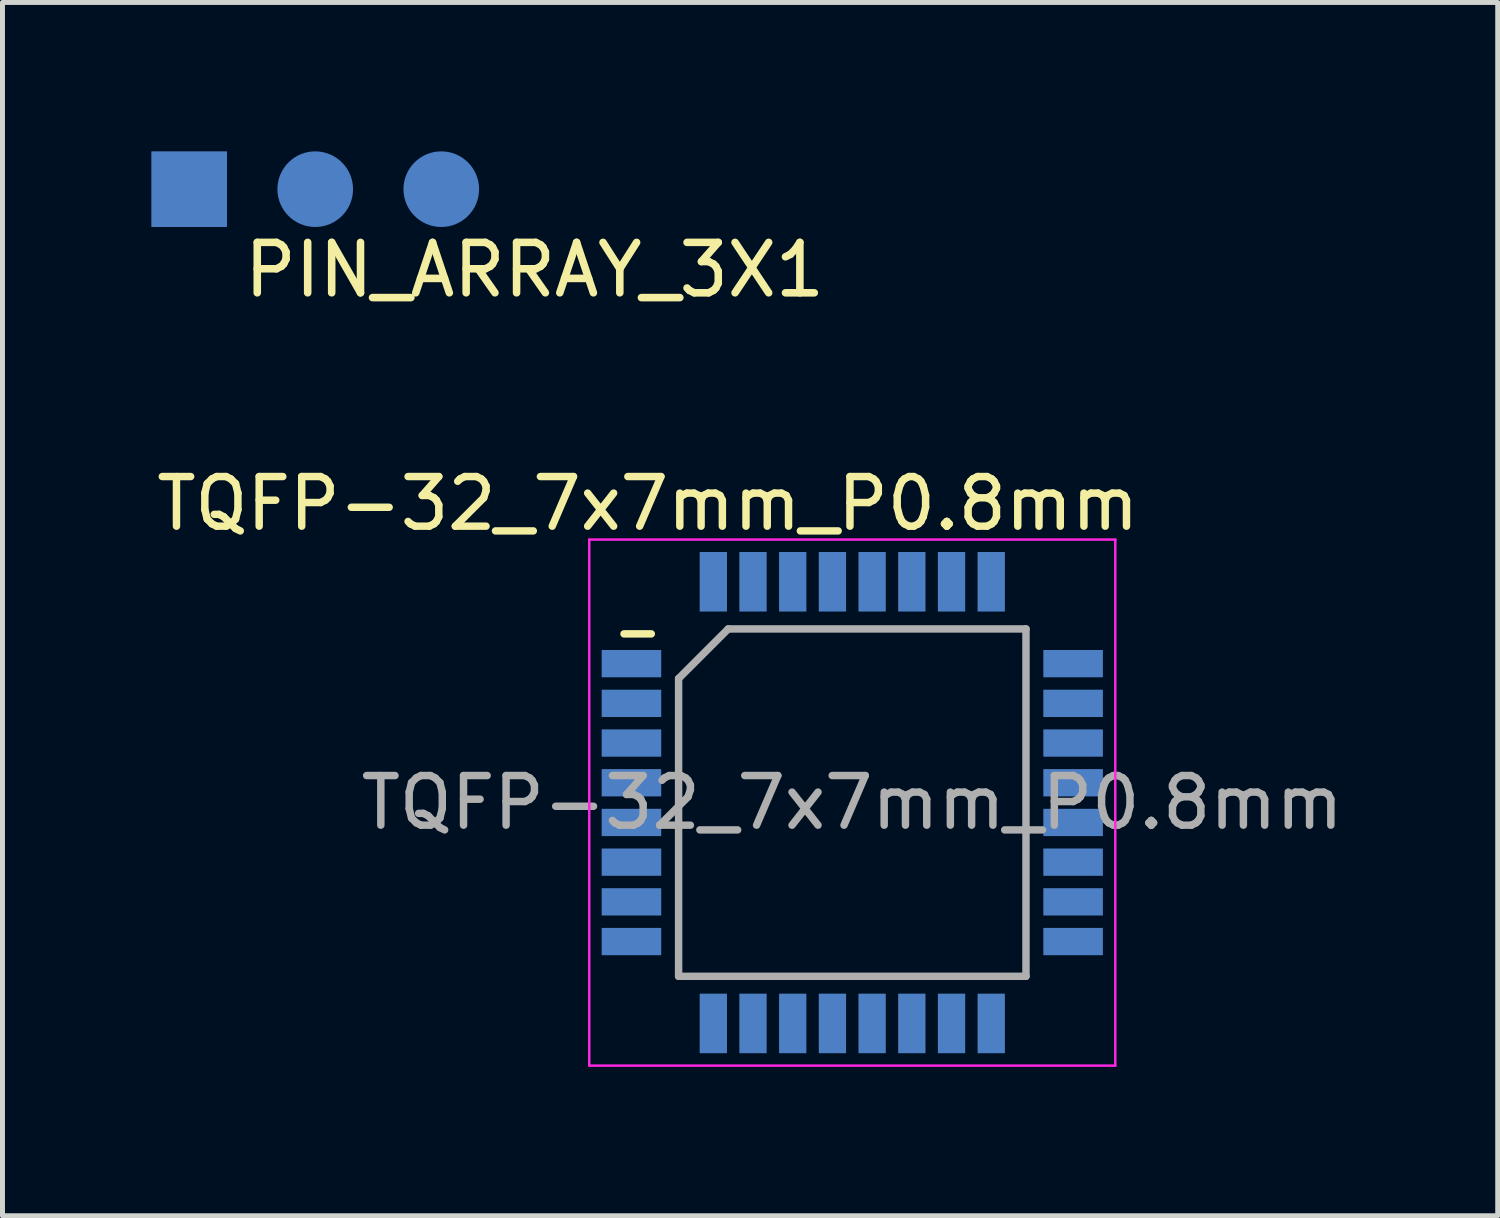
<source format=kicad_pcb>
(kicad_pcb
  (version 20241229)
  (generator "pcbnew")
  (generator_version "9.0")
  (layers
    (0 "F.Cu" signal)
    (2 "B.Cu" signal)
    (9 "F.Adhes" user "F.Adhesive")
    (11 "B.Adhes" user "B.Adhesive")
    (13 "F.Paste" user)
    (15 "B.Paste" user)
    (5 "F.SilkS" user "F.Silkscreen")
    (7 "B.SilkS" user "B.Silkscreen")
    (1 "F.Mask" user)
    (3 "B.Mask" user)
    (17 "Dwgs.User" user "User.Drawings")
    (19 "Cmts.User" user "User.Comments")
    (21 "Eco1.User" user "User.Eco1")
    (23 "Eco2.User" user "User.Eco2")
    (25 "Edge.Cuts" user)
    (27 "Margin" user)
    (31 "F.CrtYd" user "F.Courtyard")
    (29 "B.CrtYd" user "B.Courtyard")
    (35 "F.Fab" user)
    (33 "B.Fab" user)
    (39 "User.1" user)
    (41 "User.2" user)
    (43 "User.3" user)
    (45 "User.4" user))
  (footprint "PIN_ARRAY_3X1"
    (layer "F.Cu")
    (at 3.302 0.762)
    (property "Reference" "PIN_ARRAY_3X1" (at 4.42 1.626 0) (layer "F.SilkS") (effects (font (size 1.016 1.016) (thickness 0.152))))
    (attr exclude_from_pos_files exclude_from_bom)
    (pad "1" connect rect (at -2.54 0) (size 1.524 1.524) (layers "B.Cu" "B.Mask"))
    (pad "2" connect circle (at 0 0) (size 1.524 1.524) (layers "B.Cu" "B.Mask"))
    (pad "3" connect circle (at 2.54 0) (size 1.524 1.524) (layers "B.Cu" "B.Mask")))
  (footprint "TQFP-32_7x7mm_P0.8mm"
    (layer "F.Cu")
    (at 14.124 13.123)
    (property "Reference" "TQFP-32_7x7mm_P0.8mm" (at -4.118 -6.025 0) (layer "F.SilkS") (effects (font (size 1 1) (thickness 0.15))))
    (attr smd)
    (fp_line (start -4.6 -3.4) (end -4.05 -3.4) (stroke (width 0.15) (type solid)) (layer "F.SilkS"))
    (fp_line (start -5.3 -5.3) (end -5.3 5.3) (stroke (width 0.05) (type solid)) (layer "F.CrtYd"))
    (fp_line (start -5.3 -5.3) (end 5.3 -5.3) (stroke (width 0.05) (type solid)) (layer "F.CrtYd"))
    (fp_line (start -5.3 5.3) (end 5.3 5.3) (stroke (width 0.05) (type solid)) (layer "F.CrtYd"))
    (fp_line (start 5.3 -5.3) (end 5.3 5.3) (stroke (width 0.05) (type solid)) (layer "F.CrtYd"))
    (fp_line (start -3.5 -2.5) (end -2.5 -3.5) (stroke (width 0.15) (type solid)) (layer "F.Fab"))
    (fp_line (start -3.5 3.5) (end -3.5 -2.5) (stroke (width 0.15) (type solid)) (layer "F.Fab"))
    (fp_line (start -2.5 -3.5) (end 3.5 -3.5) (stroke (width 0.15) (type solid)) (layer "F.Fab"))
    (fp_line (start 3.5 -3.5) (end 3.5 3.5) (stroke (width 0.15) (type solid)) (layer "F.Fab"))
    (fp_line (start 3.5 3.5) (end -3.5 3.5) (stroke (width 0.15) (type solid)) (layer "F.Fab"))
    (fp_text user "${REFERENCE}" (at 0 0 0) (layer "F.Fab") (effects (font (size 1 1) (thickness 0.15))))
    (pad "1" smd rect (at -4.45 -2.8) (size 1.2 0.55) (layers "B.Cu" "B.Mask" "B.Paste"))
    (pad "2" smd rect (at -4.45 -2) (size 1.2 0.55) (layers "B.Cu" "B.Mask" "B.Paste"))
    (pad "3" smd rect (at -4.45 -1.2) (size 1.2 0.55) (layers "B.Cu" "B.Mask" "B.Paste"))
    (pad "4" smd rect (at -4.45 -0.4) (size 1.2 0.55) (layers "B.Cu" "B.Mask" "B.Paste"))
    (pad "5" smd rect (at -4.45 0.4) (size 1.2 0.55) (layers "B.Cu" "B.Mask" "B.Paste"))
    (pad "6" smd rect (at -4.45 1.2) (size 1.2 0.55) (layers "B.Cu" "B.Mask" "B.Paste"))
    (pad "7" smd rect (at -4.45 2) (size 1.2 0.55) (layers "B.Cu" "B.Mask" "B.Paste"))
    (pad "8" smd rect (at -4.45 2.8) (size 1.2 0.55) (layers "B.Cu" "B.Mask" "B.Paste"))
    (pad "9" smd rect (at -2.8 4.45 90) (size 1.2 0.55) (layers "B.Cu" "B.Mask" "B.Paste"))
    (pad "10" smd rect (at -2 4.45 90) (size 1.2 0.55) (layers "B.Cu" "B.Mask" "B.Paste"))
    (pad "11" smd rect (at -1.2 4.45 90) (size 1.2 0.55) (layers "B.Cu" "B.Mask" "B.Paste"))
    (pad "12" smd rect (at -0.4 4.45 90) (size 1.2 0.55) (layers "B.Cu" "B.Mask" "B.Paste"))
    (pad "13" smd rect (at 0.4 4.45 90) (size 1.2 0.55) (layers "B.Cu" "B.Mask" "B.Paste"))
    (pad "14" smd rect (at 1.2 4.45 90) (size 1.2 0.55) (layers "B.Cu" "B.Mask" "B.Paste"))
    (pad "15" smd rect (at 2 4.45 90) (size 1.2 0.55) (layers "B.Cu" "B.Mask" "B.Paste"))
    (pad "16" smd rect (at 2.8 4.45 90) (size 1.2 0.55) (layers "B.Cu" "B.Mask" "B.Paste"))
    (pad "17" smd rect (at 4.45 2.8) (size 1.2 0.55) (layers "B.Cu" "B.Mask" "B.Paste"))
    (pad "18" smd rect (at 4.45 2) (size 1.2 0.55) (layers "B.Cu" "B.Mask" "B.Paste"))
    (pad "19" smd rect (at 4.45 1.2) (size 1.2 0.55) (layers "B.Cu" "B.Mask" "B.Paste"))
    (pad "20" smd rect (at 4.45 0.4) (size 1.2 0.55) (layers "B.Cu" "B.Mask" "B.Paste"))
    (pad "21" smd rect (at 4.45 -0.4) (size 1.2 0.55) (layers "B.Cu" "B.Mask" "B.Paste"))
    (pad "22" smd rect (at 4.45 -1.2) (size 1.2 0.55) (layers "B.Cu" "B.Mask" "B.Paste"))
    (pad "23" smd rect (at 4.45 -2) (size 1.2 0.55) (layers "B.Cu" "B.Mask" "B.Paste"))
    (pad "24" smd rect (at 4.45 -2.8) (size 1.2 0.55) (layers "B.Cu" "B.Mask" "B.Paste"))
    (pad "25" smd rect (at 2.8 -4.45 90) (size 1.2 0.55) (layers "B.Cu" "B.Mask" "B.Paste"))
    (pad "26" smd rect (at 2 -4.45 90) (size 1.2 0.55) (layers "B.Cu" "B.Mask" "B.Paste"))
    (pad "27" smd rect (at 1.2 -4.45 90) (size 1.2 0.55) (layers "B.Cu" "B.Mask" "B.Paste"))
    (pad "28" smd rect (at 0.4 -4.45 90) (size 1.2 0.55) (layers "B.Cu" "B.Mask" "B.Paste"))
    (pad "29" smd rect (at -0.4 -4.45 90) (size 1.2 0.55) (layers "B.Cu" "B.Mask" "B.Paste"))
    (pad "30" smd rect (at -1.2 -4.45 90) (size 1.2 0.55) (layers "B.Cu" "B.Mask" "B.Paste"))
    (pad "31" smd rect (at -2 -4.45 90) (size 1.2 0.55) (layers "B.Cu" "B.Mask" "B.Paste"))
    (pad "32" smd rect (at -2.8 -4.45 90) (size 1.2 0.55) (layers "B.Cu" "B.Mask" "B.Paste")))
  (gr_rect
    (start -3 -3)
    (end 27.13 21.448)
    (stroke (width 0.1) (type default))
    (fill no)
    (layer "Edge.Cuts")))
</source>
